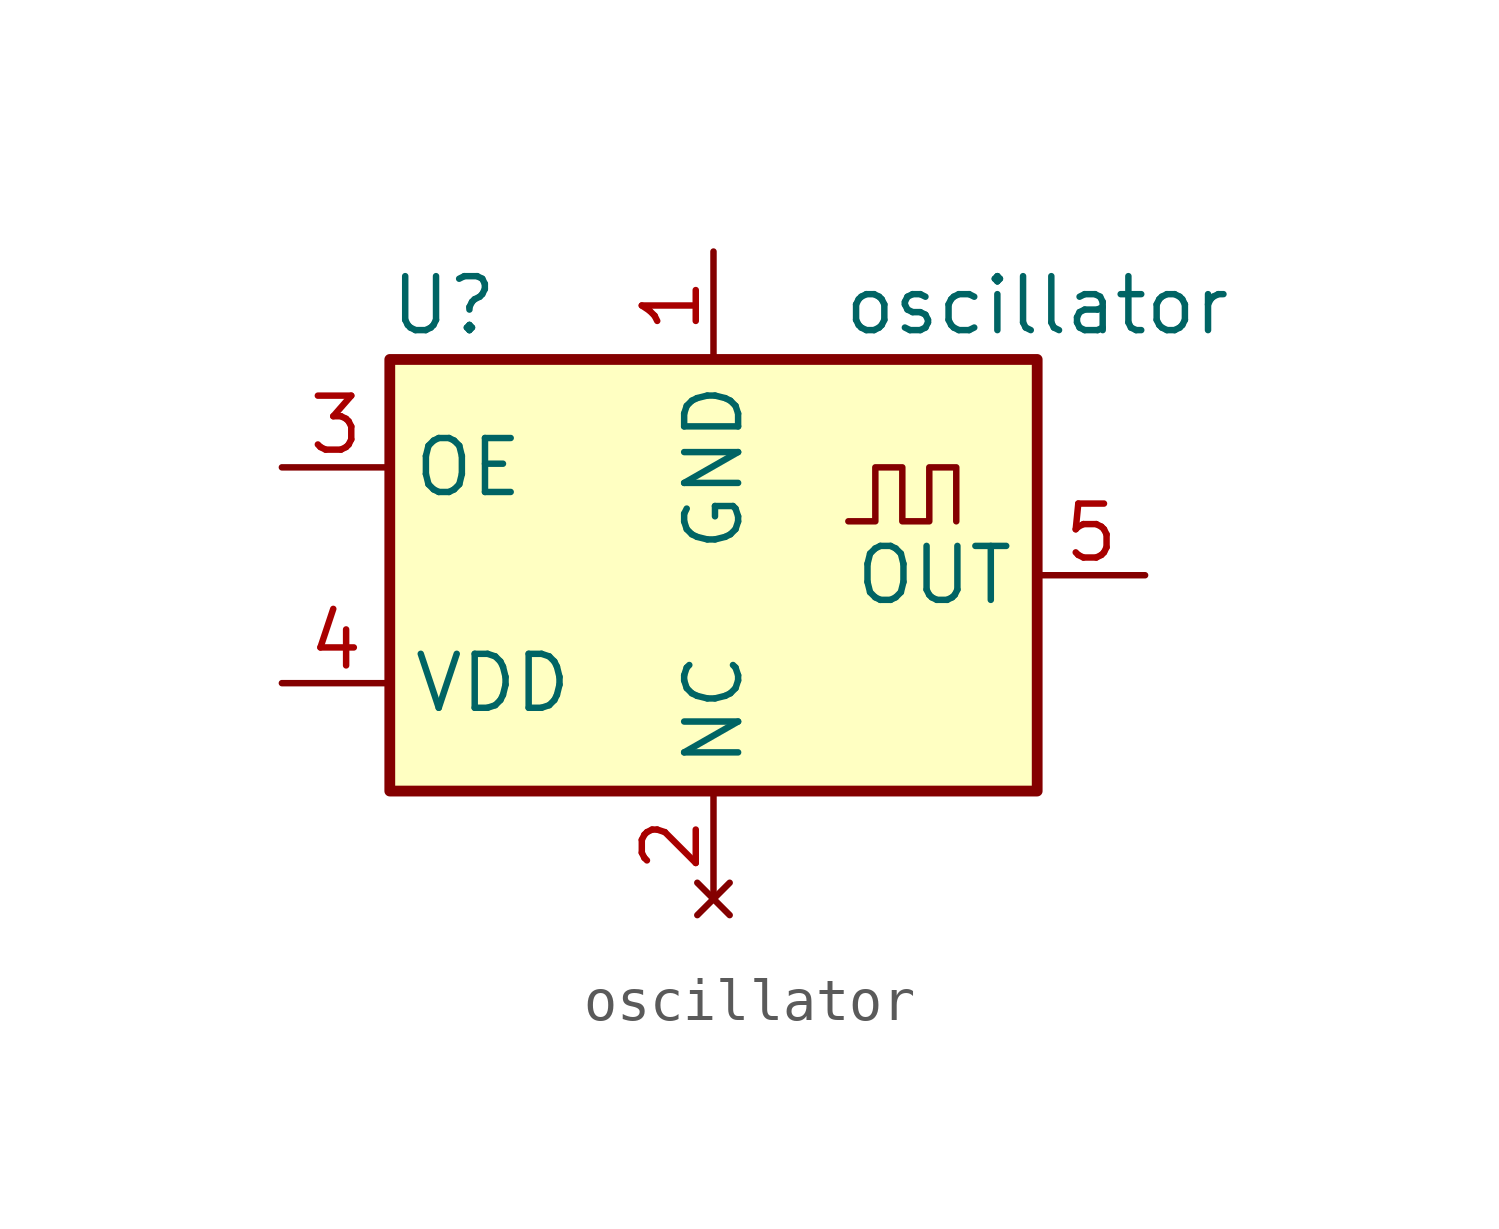
<source format=kicad_sym>
(kicad_symbol_lib
  (version 20220914)
  (generator kicad_symbol_editor)
  (symbol "oscillator"
    (property "Reference" "U"
      (at -6.35 6.35 0)
      (effects (font (size 1.27 1.27))))
    (property "Value" "oscillator"
      (at 7.62 6.35 0)
      (effects (font (size 1.27 1.27))))
    (symbol "oscillator_1_1"
      (rectangle (start -7.62 5.08) (end 7.62 -5.08) (stroke (width 0.254) (type default)) (fill (type background)))
      (polyline (pts (xy 3.175 1.27) (xy 3.81 1.27) (xy 3.81 2.54) (xy 4.445 2.54) (xy 4.445 1.27) (xy 5.08 1.27) (xy 5.08 2.54) (xy 5.715 2.54) (xy 5.715 1.27)) (stroke (width 0) (type default)) (fill (type none)))
      (pin power_in line (at 0 7.62 270) (length 2.54) (name "GND" (effects (font (size 1.27 1.27)))) (number "1" (effects (font (size 1.27 1.27)))))
      (pin no_connect line (at 0 -7.62 90) (length 2.54) (name "NC" (effects (font (size 1.27 1.27)))) (number "2" (effects (font (size 1.27 1.27)))))
      (pin input line (at -10.16 2.54 0) (length 2.54) (name "OE" (effects (font (size 1.27 1.27)))) (number "3" (effects (font (size 1.27 1.27)))))
      (pin power_in line (at -10.16 -2.54 0) (length 2.54) (name "VDD" (effects (font (size 1.27 1.27)))) (number "4" (effects (font (size 1.27 1.27)))))
      (pin output line (at 10.16 0 180) (length 2.54) (name "OUT" (effects (font (size 1.27 1.27)))) (number "5" (effects (font (size 1.27 1.27))))))))
</source>
